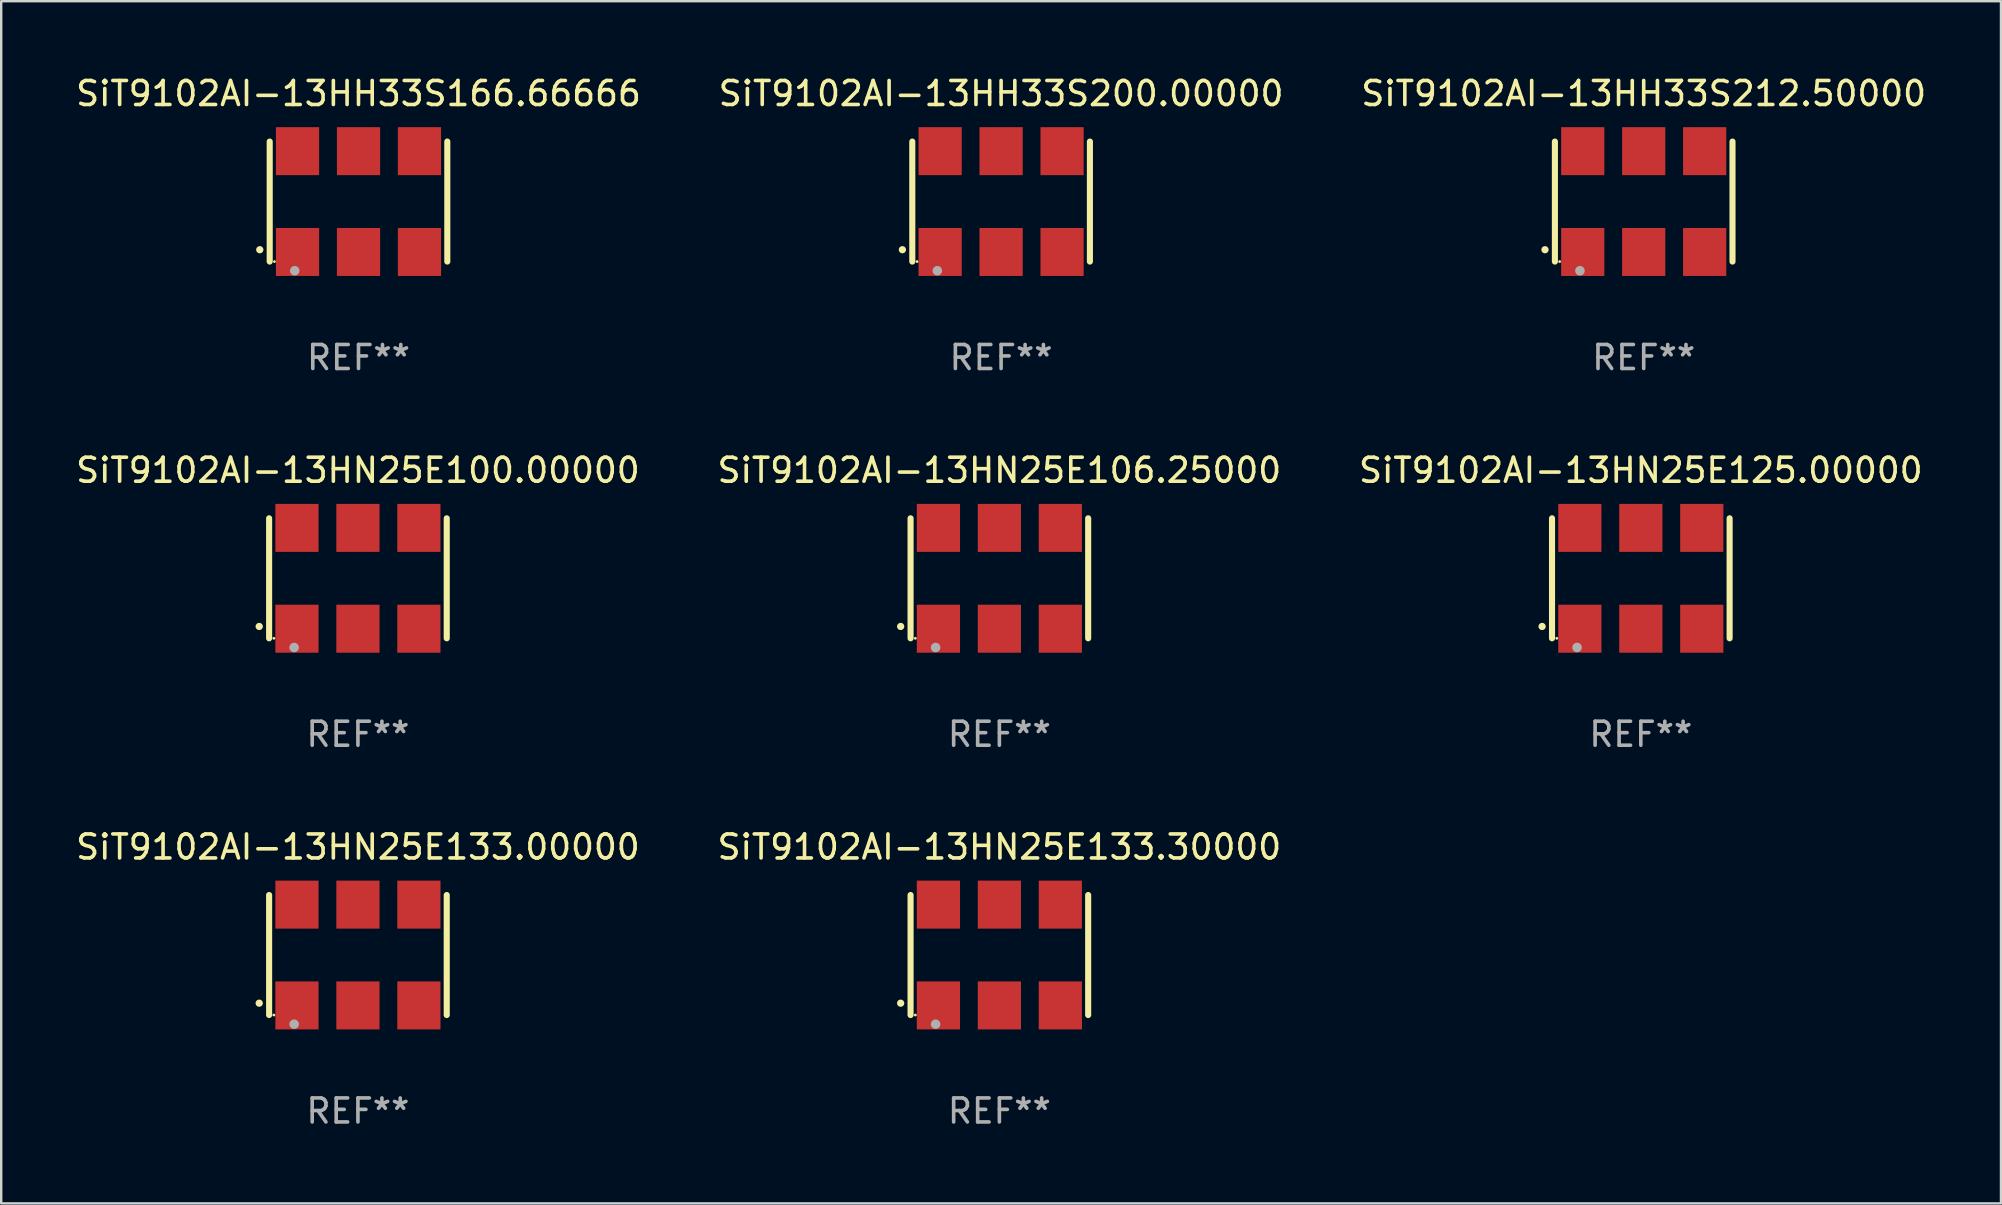
<source format=kicad_pcb>
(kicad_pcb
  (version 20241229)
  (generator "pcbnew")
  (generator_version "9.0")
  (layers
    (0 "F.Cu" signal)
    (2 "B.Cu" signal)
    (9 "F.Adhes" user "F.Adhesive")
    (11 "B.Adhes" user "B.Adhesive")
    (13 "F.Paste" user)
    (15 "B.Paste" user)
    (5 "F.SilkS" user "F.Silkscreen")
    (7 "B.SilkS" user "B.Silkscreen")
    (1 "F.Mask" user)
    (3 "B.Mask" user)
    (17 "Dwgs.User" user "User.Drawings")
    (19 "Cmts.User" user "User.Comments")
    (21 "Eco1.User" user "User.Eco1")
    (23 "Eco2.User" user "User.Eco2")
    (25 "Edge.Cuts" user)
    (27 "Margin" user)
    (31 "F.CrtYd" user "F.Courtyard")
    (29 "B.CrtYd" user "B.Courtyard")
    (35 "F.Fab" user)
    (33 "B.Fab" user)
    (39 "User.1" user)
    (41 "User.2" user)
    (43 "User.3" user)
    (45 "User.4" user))
  (footprint "SiT9102AI-13HH33S200.00000"
    (layer "F.Cu")
    (at 38.661 5.348)
    (property "Reference" "SiT9102AI-13HH33S200.00000" (at 0 -4.5 0) (layer "F.SilkS") (effects (font (size 1 1) (thickness 0.15))))
    (attr through_hole)
    (fp_line (start -3.7 -2.5) (end -3.7 2.5) (stroke (width 0.254) (type solid)) (layer "F.SilkS"))
    (fp_line (start 3.7 -2.5) (end 3.7 2.5) (stroke (width 0.254) (type solid)) (layer "F.SilkS"))
    (fp_arc (start -4.114415 2.006604) (mid -4.113145 2.006599) (end -4.111875 2.006604) (stroke (width 0.3) (type solid)) (layer "F.SilkS"))
    (fp_circle (center -3.502 2.5) (end -3.472 2.5) (stroke (width 0.06) (type solid)) (fill no) (layer "F.SilkS"))
    (fp_circle (center -2.657 2.882) (end -2.557 2.882) (stroke (width 0.2) (type solid)) (fill no) (layer "F.Fab"))
    (fp_text user "REF**" (at 0 6.5 0) (layer "F.Fab") (effects (font (size 1 1) (thickness 0.15))))
    (pad "1" smd rect (at -2.54 2.1) (size 1.8 2) (layers "F.Cu" "F.Mask" "F.Paste"))
    (pad "2" smd rect (at 0.000394 2.1) (size 1.8 2) (layers "F.Cu" "F.Mask" "F.Paste"))
    (pad "3" smd rect (at 2.54 2.1) (size 1.8 2) (layers "F.Cu" "F.Mask" "F.Paste"))
    (pad "4" smd rect (at 2.54 -2.1) (size 1.8 2) (layers "F.Cu" "F.Mask" "F.Paste"))
    (pad "5" smd rect (at 0.000394 -2.1) (size 1.8 2) (layers "F.Cu" "F.Mask" "F.Paste"))
    (pad "6" smd rect (at -2.54 -2.1) (size 1.8 2) (layers "F.Cu" "F.Mask" "F.Paste")))
  (footprint "SiT9102AI-13HN25E125.00000"
    (layer "F.Cu")
    (at 65.315 21.045)
    (property "Reference" "SiT9102AI-13HN25E125.00000" (at 0 -4.5 0) (layer "F.SilkS") (effects (font (size 1 1) (thickness 0.15))))
    (attr through_hole)
    (fp_line (start -3.7 -2.5) (end -3.7 2.5) (stroke (width 0.254) (type solid)) (layer "F.SilkS"))
    (fp_line (start 3.7 -2.5) (end 3.7 2.5) (stroke (width 0.254) (type solid)) (layer "F.SilkS"))
    (fp_arc (start -4.114415 2.006604) (mid -4.113145 2.006599) (end -4.111875 2.006604) (stroke (width 0.3) (type solid)) (layer "F.SilkS"))
    (fp_circle (center -3.502 2.5) (end -3.472 2.5) (stroke (width 0.06) (type solid)) (fill no) (layer "F.SilkS"))
    (fp_circle (center -2.657 2.882) (end -2.557 2.882) (stroke (width 0.2) (type solid)) (fill no) (layer "F.Fab"))
    (fp_text user "REF**" (at 0 6.5 0) (layer "F.Fab") (effects (font (size 1 1) (thickness 0.15))))
    (pad "1" smd rect (at -2.54 2.1) (size 1.8 2) (layers "F.Cu" "F.Mask" "F.Paste"))
    (pad "2" smd rect (at 0.000394 2.1) (size 1.8 2) (layers "F.Cu" "F.Mask" "F.Paste"))
    (pad "3" smd rect (at 2.54 2.1) (size 1.8 2) (layers "F.Cu" "F.Mask" "F.Paste"))
    (pad "4" smd rect (at 2.54 -2.1) (size 1.8 2) (layers "F.Cu" "F.Mask" "F.Paste"))
    (pad "5" smd rect (at 0.000394 -2.1) (size 1.8 2) (layers "F.Cu" "F.Mask" "F.Paste"))
    (pad "6" smd rect (at -2.54 -2.1) (size 1.8 2) (layers "F.Cu" "F.Mask" "F.Paste")))
  (footprint "SiT9102AI-13HN25E133.00000"
    (layer "F.Cu")
    (at 11.863 36.741)
    (property "Reference" "SiT9102AI-13HN25E133.00000" (at 0 -4.5 0) (layer "F.SilkS") (effects (font (size 1 1) (thickness 0.15))))
    (attr through_hole)
    (fp_line (start -3.7 -2.5) (end -3.7 2.5) (stroke (width 0.254) (type solid)) (layer "F.SilkS"))
    (fp_line (start 3.7 -2.5) (end 3.7 2.5) (stroke (width 0.254) (type solid)) (layer "F.SilkS"))
    (fp_arc (start -4.114415 2.006604) (mid -4.113145 2.006599) (end -4.111875 2.006604) (stroke (width 0.3) (type solid)) (layer "F.SilkS"))
    (fp_circle (center -3.502 2.5) (end -3.472 2.5) (stroke (width 0.06) (type solid)) (fill no) (layer "F.SilkS"))
    (fp_circle (center -2.657 2.882) (end -2.557 2.882) (stroke (width 0.2) (type solid)) (fill no) (layer "F.Fab"))
    (fp_text user "REF**" (at 0 6.5 0) (layer "F.Fab") (effects (font (size 1 1) (thickness 0.15))))
    (pad "1" smd rect (at -2.54 2.1) (size 1.8 2) (layers "F.Cu" "F.Mask" "F.Paste"))
    (pad "2" smd rect (at 0.000394 2.1) (size 1.8 2) (layers "F.Cu" "F.Mask" "F.Paste"))
    (pad "3" smd rect (at 2.54 2.1) (size 1.8 2) (layers "F.Cu" "F.Mask" "F.Paste"))
    (pad "4" smd rect (at 2.54 -2.1) (size 1.8 2) (layers "F.Cu" "F.Mask" "F.Paste"))
    (pad "5" smd rect (at 0.000394 -2.1) (size 1.8 2) (layers "F.Cu" "F.Mask" "F.Paste"))
    (pad "6" smd rect (at -2.54 -2.1) (size 1.8 2) (layers "F.Cu" "F.Mask" "F.Paste")))
  (footprint "SiT9102AI-13HH33S212.50000"
    (layer "F.Cu")
    (at 65.435 5.348)
    (property "Reference" "SiT9102AI-13HH33S212.50000" (at 0 -4.5 0) (layer "F.SilkS") (effects (font (size 1 1) (thickness 0.15))))
    (attr through_hole)
    (fp_line (start -3.7 -2.5) (end -3.7 2.5) (stroke (width 0.254) (type solid)) (layer "F.SilkS"))
    (fp_line (start 3.7 -2.5) (end 3.7 2.5) (stroke (width 0.254) (type solid)) (layer "F.SilkS"))
    (fp_arc (start -4.114415 2.006604) (mid -4.113145 2.006599) (end -4.111875 2.006604) (stroke (width 0.3) (type solid)) (layer "F.SilkS"))
    (fp_circle (center -3.502 2.5) (end -3.472 2.5) (stroke (width 0.06) (type solid)) (fill no) (layer "F.SilkS"))
    (fp_circle (center -2.657 2.882) (end -2.557 2.882) (stroke (width 0.2) (type solid)) (fill no) (layer "F.Fab"))
    (fp_text user "REF**" (at 0 6.5 0) (layer "F.Fab") (effects (font (size 1 1) (thickness 0.15))))
    (pad "1" smd rect (at -2.54 2.1) (size 1.8 2) (layers "F.Cu" "F.Mask" "F.Paste"))
    (pad "2" smd rect (at 0.000394 2.1) (size 1.8 2) (layers "F.Cu" "F.Mask" "F.Paste"))
    (pad "3" smd rect (at 2.54 2.1) (size 1.8 2) (layers "F.Cu" "F.Mask" "F.Paste"))
    (pad "4" smd rect (at 2.54 -2.1) (size 1.8 2) (layers "F.Cu" "F.Mask" "F.Paste"))
    (pad "5" smd rect (at 0.000394 -2.1) (size 1.8 2) (layers "F.Cu" "F.Mask" "F.Paste"))
    (pad "6" smd rect (at -2.54 -2.1) (size 1.8 2) (layers "F.Cu" "F.Mask" "F.Paste")))
  (footprint "SiT9102AI-13HN25E106.25000"
    (layer "F.Cu")
    (at 38.589 21.045)
    (property "Reference" "SiT9102AI-13HN25E106.25000" (at 0 -4.5 0) (layer "F.SilkS") (effects (font (size 1 1) (thickness 0.15))))
    (attr through_hole)
    (fp_line (start -3.7 -2.5) (end -3.7 2.5) (stroke (width 0.254) (type solid)) (layer "F.SilkS"))
    (fp_line (start 3.7 -2.5) (end 3.7 2.5) (stroke (width 0.254) (type solid)) (layer "F.SilkS"))
    (fp_arc (start -4.114415 2.006604) (mid -4.113145 2.006599) (end -4.111875 2.006604) (stroke (width 0.3) (type solid)) (layer "F.SilkS"))
    (fp_circle (center -3.502 2.5) (end -3.472 2.5) (stroke (width 0.06) (type solid)) (fill no) (layer "F.SilkS"))
    (fp_circle (center -2.657 2.882) (end -2.557 2.882) (stroke (width 0.2) (type solid)) (fill no) (layer "F.Fab"))
    (fp_text user "REF**" (at 0 6.5 0) (layer "F.Fab") (effects (font (size 1 1) (thickness 0.15))))
    (pad "1" smd rect (at -2.54 2.1) (size 1.8 2) (layers "F.Cu" "F.Mask" "F.Paste"))
    (pad "2" smd rect (at 0.000394 2.1) (size 1.8 2) (layers "F.Cu" "F.Mask" "F.Paste"))
    (pad "3" smd rect (at 2.54 2.1) (size 1.8 2) (layers "F.Cu" "F.Mask" "F.Paste"))
    (pad "4" smd rect (at 2.54 -2.1) (size 1.8 2) (layers "F.Cu" "F.Mask" "F.Paste"))
    (pad "5" smd rect (at 0.000394 -2.1) (size 1.8 2) (layers "F.Cu" "F.Mask" "F.Paste"))
    (pad "6" smd rect (at -2.54 -2.1) (size 1.8 2) (layers "F.Cu" "F.Mask" "F.Paste")))
  (footprint "SiT9102AI-13HN25E100.00000"
    (layer "F.Cu")
    (at 11.863 21.045)
    (property "Reference" "SiT9102AI-13HN25E100.00000" (at 0 -4.5 0) (layer "F.SilkS") (effects (font (size 1 1) (thickness 0.15))))
    (attr through_hole)
    (fp_line (start -3.7 -2.5) (end -3.7 2.5) (stroke (width 0.254) (type solid)) (layer "F.SilkS"))
    (fp_line (start 3.7 -2.5) (end 3.7 2.5) (stroke (width 0.254) (type solid)) (layer "F.SilkS"))
    (fp_arc (start -4.114415 2.006604) (mid -4.113145 2.006599) (end -4.111875 2.006604) (stroke (width 0.3) (type solid)) (layer "F.SilkS"))
    (fp_circle (center -3.502 2.5) (end -3.472 2.5) (stroke (width 0.06) (type solid)) (fill no) (layer "F.SilkS"))
    (fp_circle (center -2.657 2.882) (end -2.557 2.882) (stroke (width 0.2) (type solid)) (fill no) (layer "F.Fab"))
    (fp_text user "REF**" (at 0 6.5 0) (layer "F.Fab") (effects (font (size 1 1) (thickness 0.15))))
    (pad "1" smd rect (at -2.54 2.1) (size 1.8 2) (layers "F.Cu" "F.Mask" "F.Paste"))
    (pad "2" smd rect (at 0.000394 2.1) (size 1.8 2) (layers "F.Cu" "F.Mask" "F.Paste"))
    (pad "3" smd rect (at 2.54 2.1) (size 1.8 2) (layers "F.Cu" "F.Mask" "F.Paste"))
    (pad "4" smd rect (at 2.54 -2.1) (size 1.8 2) (layers "F.Cu" "F.Mask" "F.Paste"))
    (pad "5" smd rect (at 0.000394 -2.1) (size 1.8 2) (layers "F.Cu" "F.Mask" "F.Paste"))
    (pad "6" smd rect (at -2.54 -2.1) (size 1.8 2) (layers "F.Cu" "F.Mask" "F.Paste")))
  (footprint "SiT9102AI-13HN25E133.30000"
    (layer "F.Cu")
    (at 38.589 36.741)
    (property "Reference" "SiT9102AI-13HN25E133.30000" (at 0 -4.5 0) (layer "F.SilkS") (effects (font (size 1 1) (thickness 0.15))))
    (attr through_hole)
    (fp_line (start -3.7 -2.5) (end -3.7 2.5) (stroke (width 0.254) (type solid)) (layer "F.SilkS"))
    (fp_line (start 3.7 -2.5) (end 3.7 2.5) (stroke (width 0.254) (type solid)) (layer "F.SilkS"))
    (fp_arc (start -4.114415 2.006604) (mid -4.113145 2.006599) (end -4.111875 2.006604) (stroke (width 0.3) (type solid)) (layer "F.SilkS"))
    (fp_circle (center -3.502 2.5) (end -3.472 2.5) (stroke (width 0.06) (type solid)) (fill no) (layer "F.SilkS"))
    (fp_circle (center -2.657 2.882) (end -2.557 2.882) (stroke (width 0.2) (type solid)) (fill no) (layer "F.Fab"))
    (fp_text user "REF**" (at 0 6.5 0) (layer "F.Fab") (effects (font (size 1 1) (thickness 0.15))))
    (pad "1" smd rect (at -2.54 2.1) (size 1.8 2) (layers "F.Cu" "F.Mask" "F.Paste"))
    (pad "2" smd rect (at 0.000394 2.1) (size 1.8 2) (layers "F.Cu" "F.Mask" "F.Paste"))
    (pad "3" smd rect (at 2.54 2.1) (size 1.8 2) (layers "F.Cu" "F.Mask" "F.Paste"))
    (pad "4" smd rect (at 2.54 -2.1) (size 1.8 2) (layers "F.Cu" "F.Mask" "F.Paste"))
    (pad "5" smd rect (at 0.000394 -2.1) (size 1.8 2) (layers "F.Cu" "F.Mask" "F.Paste"))
    (pad "6" smd rect (at -2.54 -2.1) (size 1.8 2) (layers "F.Cu" "F.Mask" "F.Paste")))
  (footprint "SiT9102AI-13HH33S166.66666"
    (layer "F.Cu")
    (at 11.887 5.348)
    (property "Reference" "SiT9102AI-13HH33S166.66666" (at 0 -4.5 0) (layer "F.SilkS") (effects (font (size 1 1) (thickness 0.15))))
    (attr through_hole)
    (fp_line (start -3.7 -2.5) (end -3.7 2.5) (stroke (width 0.254) (type solid)) (layer "F.SilkS"))
    (fp_line (start 3.7 -2.5) (end 3.7 2.5) (stroke (width 0.254) (type solid)) (layer "F.SilkS"))
    (fp_arc (start -4.114415 2.006604) (mid -4.113145 2.006599) (end -4.111875 2.006604) (stroke (width 0.3) (type solid)) (layer "F.SilkS"))
    (fp_circle (center -3.502 2.5) (end -3.472 2.5) (stroke (width 0.06) (type solid)) (fill no) (layer "F.SilkS"))
    (fp_circle (center -2.657 2.882) (end -2.557 2.882) (stroke (width 0.2) (type solid)) (fill no) (layer "F.Fab"))
    (fp_text user "REF**" (at 0 6.5 0) (layer "F.Fab") (effects (font (size 1 1) (thickness 0.15))))
    (pad "1" smd rect (at -2.54 2.1) (size 1.8 2) (layers "F.Cu" "F.Mask" "F.Paste"))
    (pad "2" smd rect (at 0.000394 2.1) (size 1.8 2) (layers "F.Cu" "F.Mask" "F.Paste"))
    (pad "3" smd rect (at 2.54 2.1) (size 1.8 2) (layers "F.Cu" "F.Mask" "F.Paste"))
    (pad "4" smd rect (at 2.54 -2.1) (size 1.8 2) (layers "F.Cu" "F.Mask" "F.Paste"))
    (pad "5" smd rect (at 0.000394 -2.1) (size 1.8 2) (layers "F.Cu" "F.Mask" "F.Paste"))
    (pad "6" smd rect (at -2.54 -2.1) (size 1.8 2) (layers "F.Cu" "F.Mask" "F.Paste")))
  (gr_rect
    (start -3 -3)
    (end 80.321 47.09)
    (stroke (width 0.1) (type default))
    (fill no)
    (layer "Edge.Cuts")))
</source>
